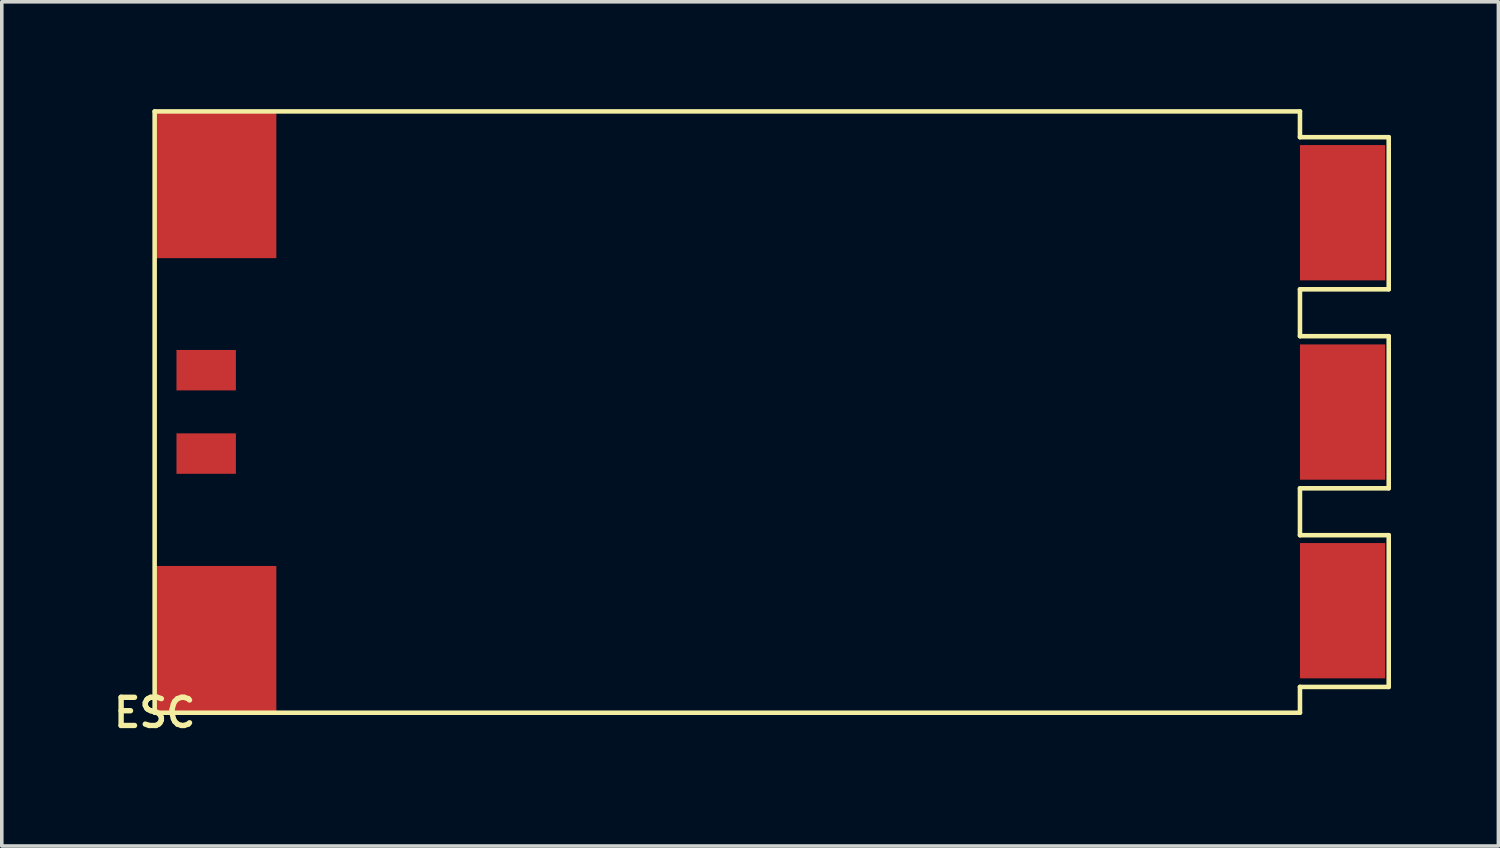
<source format=kicad_pcb>
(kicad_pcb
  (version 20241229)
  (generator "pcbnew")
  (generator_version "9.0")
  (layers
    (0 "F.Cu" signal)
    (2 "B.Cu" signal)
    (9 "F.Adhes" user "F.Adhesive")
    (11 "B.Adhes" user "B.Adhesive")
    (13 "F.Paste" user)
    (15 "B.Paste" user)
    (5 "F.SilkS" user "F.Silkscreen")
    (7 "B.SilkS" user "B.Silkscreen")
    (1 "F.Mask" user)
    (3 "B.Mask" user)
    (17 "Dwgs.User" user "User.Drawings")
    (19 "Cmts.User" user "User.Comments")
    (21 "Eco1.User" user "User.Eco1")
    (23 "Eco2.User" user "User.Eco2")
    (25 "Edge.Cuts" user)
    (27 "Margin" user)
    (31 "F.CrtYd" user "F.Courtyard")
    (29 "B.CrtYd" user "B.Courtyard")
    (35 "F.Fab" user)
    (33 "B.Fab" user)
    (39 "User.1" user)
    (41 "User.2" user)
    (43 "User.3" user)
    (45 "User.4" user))
  (footprint "ESC"
    (layer "F.Cu")
    (at 1.271 16.863)
    (property "Reference" "ESC" (at 0 0 0) (layer "F.SilkS") (effects (font (size 0.787 0.787) (thickness 0.15))))
    (attr smd)
    (fp_line (start 0 -16.8) (end 0 0) (stroke (width 0.127) (type solid)) (layer "F.SilkS"))
    (fp_line (start 0 0) (end 32 0) (stroke (width 0.127) (type solid)) (layer "F.SilkS"))
    (fp_line (start 32 -16.8) (end 0 -16.8) (stroke (width 0.127) (type solid)) (layer "F.SilkS"))
    (fp_line (start 32 -16.08) (end 32 -16.8) (stroke (width 0.127) (type solid)) (layer "F.SilkS"))
    (fp_line (start 32 -11.83) (end 34.48 -11.83) (stroke (width 0.127) (type solid)) (layer "F.SilkS"))
    (fp_line (start 32 -10.52) (end 32 -11.83) (stroke (width 0.127) (type solid)) (layer "F.SilkS"))
    (fp_line (start 32 -6.27) (end 34.48 -6.27) (stroke (width 0.127) (type solid)) (layer "F.SilkS"))
    (fp_line (start 32 -4.96) (end 32 -6.27) (stroke (width 0.127) (type solid)) (layer "F.SilkS"))
    (fp_line (start 32 -0.72) (end 34.48 -0.72) (stroke (width 0.127) (type solid)) (layer "F.SilkS"))
    (fp_line (start 32 0) (end 32 -0.72) (stroke (width 0.127) (type solid)) (layer "F.SilkS"))
    (fp_line (start 34.48 -16.08) (end 32 -16.08) (stroke (width 0.127) (type solid)) (layer "F.SilkS"))
    (fp_line (start 34.48 -11.83) (end 34.48 -16.08) (stroke (width 0.127) (type solid)) (layer "F.SilkS"))
    (fp_line (start 34.48 -10.52) (end 32 -10.52) (stroke (width 0.127) (type solid)) (layer "F.SilkS"))
    (fp_line (start 34.48 -6.27) (end 34.48 -10.52) (stroke (width 0.127) (type solid)) (layer "F.SilkS"))
    (fp_line (start 34.48 -4.96) (end 32 -4.96) (stroke (width 0.127) (type solid)) (layer "F.SilkS"))
    (fp_line (start 34.48 -0.72) (end 34.48 -4.96) (stroke (width 0.127) (type solid)) (layer "F.SilkS"))
    (pad "+" smd rect (at 1.7 -2.05) (size 3.4 4.1) (layers "F.Cu" "F.Mask" "F.Paste"))
    (pad "-" smd rect (at 1.7 -14.75) (size 3.4 4.1) (layers "F.Cu" "F.Mask" "F.Paste"))
    (pad "1" smd rect (at 33.19 -13.97) (size 2.38 3.78) (layers "F.Cu" "F.Mask" "F.Paste"))
    (pad "2" smd rect (at 33.19 -8.4) (size 2.38 3.78) (layers "F.Cu" "F.Mask" "F.Paste"))
    (pad "3" smd rect (at 33.19 -2.85) (size 2.38 3.78) (layers "F.Cu" "F.Mask" "F.Paste"))
    (pad "G" smd rect (at 1.44 -9.57) (size 1.66 1.13) (layers "F.Cu" "F.Mask" "F.Paste"))
    (pad "S" smd rect (at 1.44 -7.24) (size 1.66 1.13) (layers "F.Cu" "F.Mask" "F.Paste")))
  (gr_rect
    (start -3 -3)
    (end 38.815 20.587)
    (stroke (width 0.1) (type default))
    (fill no)
    (layer "Edge.Cuts")))
</source>
